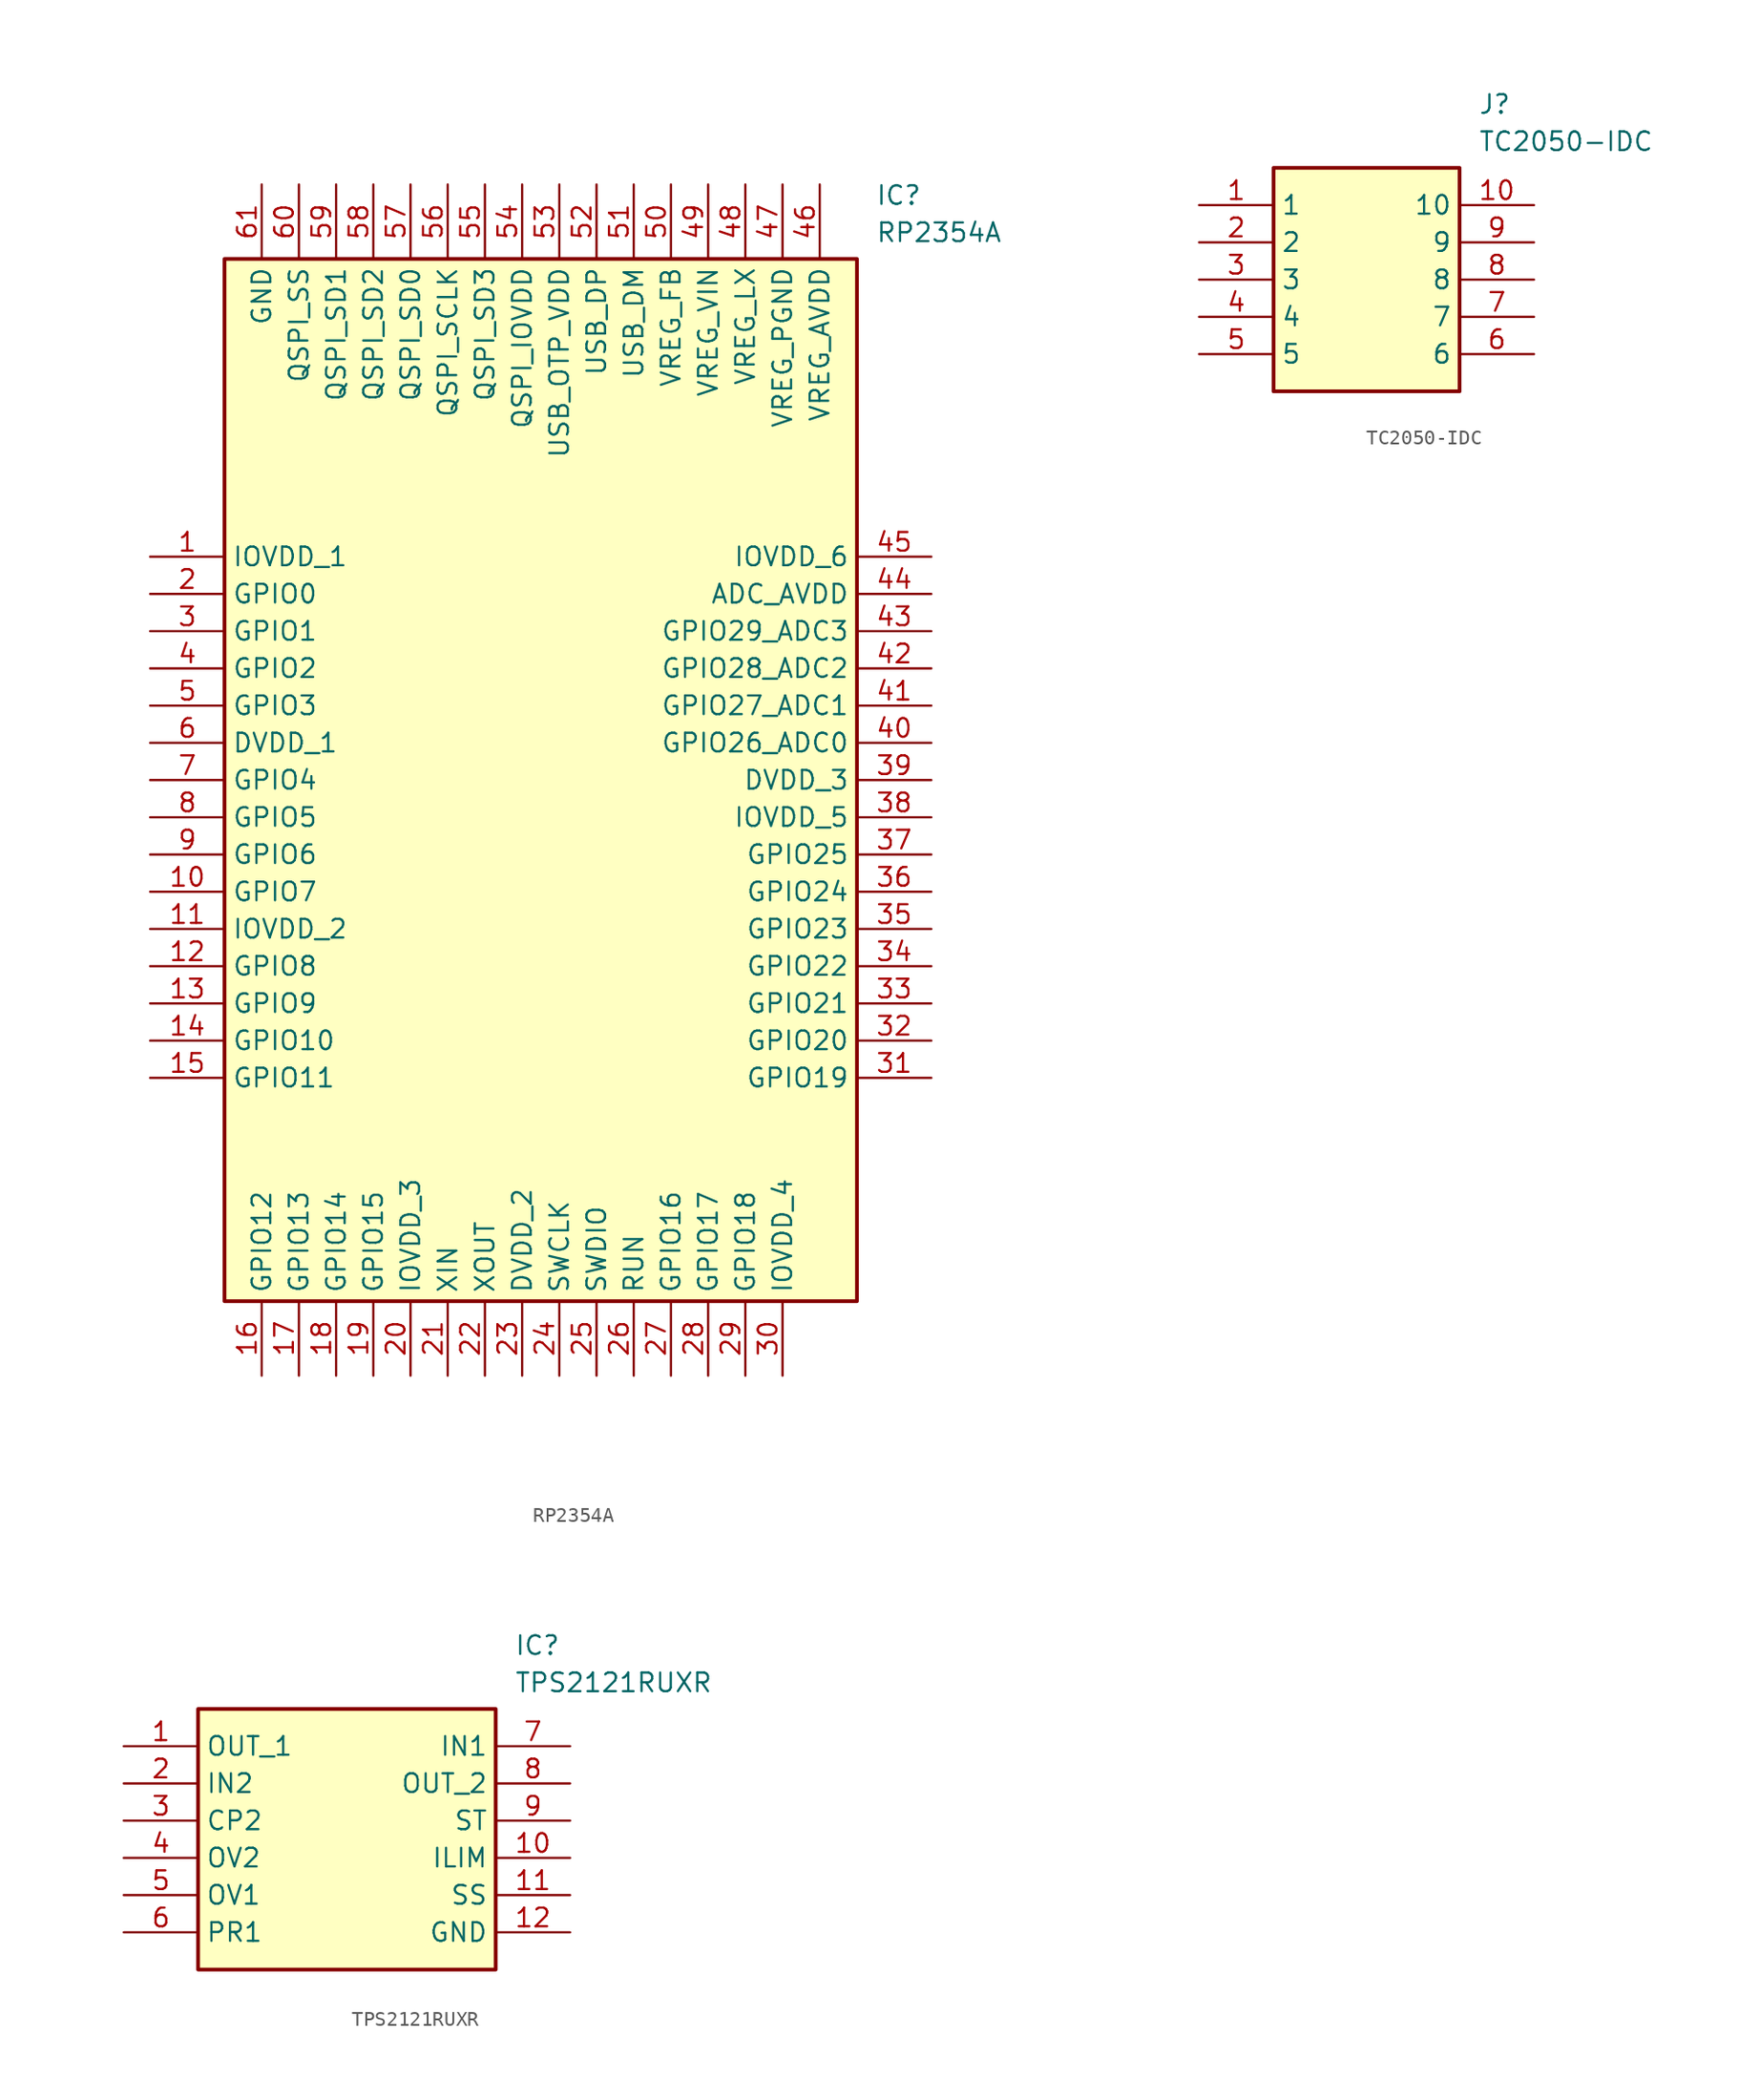
<source format=kicad_sym>
(kicad_symbol_lib
  (version 20241209)
  (generator "kicad_symbol_editor")
  (generator_version "9.0")
  (symbol "RP2354A"
    (property "Reference" "IC"
      (at 49.53 25.4 0)
      (effects (font (size 1.27 1.27)) (justify left top)))
    (property "Value" "RP2354A"
      (at 49.53 22.86 0)
      (effects (font (size 1.27 1.27)) (justify left top)))
    (symbol "RP2354A_1_1"
      (rectangle (start 5.08 20.32) (end 48.26 -50.8) (stroke (width 0.254) (type default)) (fill (type background)))
      (pin passive line (at 0 0 0) (length 5.08) (name "IOVDD_1" (effects (font (size 1.27 1.27)))) (number "1" (effects (font (size 1.27 1.27)))))
      (pin passive line (at 0 -2.54 0) (length 5.08) (name "GPIO0" (effects (font (size 1.27 1.27)))) (number "2" (effects (font (size 1.27 1.27)))))
      (pin passive line (at 0 -5.08 0) (length 5.08) (name "GPIO1" (effects (font (size 1.27 1.27)))) (number "3" (effects (font (size 1.27 1.27)))))
      (pin passive line (at 0 -7.62 0) (length 5.08) (name "GPIO2" (effects (font (size 1.27 1.27)))) (number "4" (effects (font (size 1.27 1.27)))))
      (pin passive line (at 0 -10.16 0) (length 5.08) (name "GPIO3" (effects (font (size 1.27 1.27)))) (number "5" (effects (font (size 1.27 1.27)))))
      (pin passive line (at 0 -12.7 0) (length 5.08) (name "DVDD_1" (effects (font (size 1.27 1.27)))) (number "6" (effects (font (size 1.27 1.27)))))
      (pin passive line (at 0 -15.24 0) (length 5.08) (name "GPIO4" (effects (font (size 1.27 1.27)))) (number "7" (effects (font (size 1.27 1.27)))))
      (pin passive line (at 0 -17.78 0) (length 5.08) (name "GPIO5" (effects (font (size 1.27 1.27)))) (number "8" (effects (font (size 1.27 1.27)))))
      (pin passive line (at 0 -20.32 0) (length 5.08) (name "GPIO6" (effects (font (size 1.27 1.27)))) (number "9" (effects (font (size 1.27 1.27)))))
      (pin passive line (at 0 -22.86 0) (length 5.08) (name "GPIO7" (effects (font (size 1.27 1.27)))) (number "10" (effects (font (size 1.27 1.27)))))
      (pin passive line (at 0 -25.4 0) (length 5.08) (name "IOVDD_2" (effects (font (size 1.27 1.27)))) (number "11" (effects (font (size 1.27 1.27)))))
      (pin passive line (at 0 -27.94 0) (length 5.08) (name "GPIO8" (effects (font (size 1.27 1.27)))) (number "12" (effects (font (size 1.27 1.27)))))
      (pin passive line (at 0 -30.48 0) (length 5.08) (name "GPIO9" (effects (font (size 1.27 1.27)))) (number "13" (effects (font (size 1.27 1.27)))))
      (pin passive line (at 0 -33.02 0) (length 5.08) (name "GPIO10" (effects (font (size 1.27 1.27)))) (number "14" (effects (font (size 1.27 1.27)))))
      (pin passive line (at 0 -35.56 0) (length 5.08) (name "GPIO11" (effects (font (size 1.27 1.27)))) (number "15" (effects (font (size 1.27 1.27)))))
      (pin passive line (at 7.62 25.4 270) (length 5.08) (name "GND" (effects (font (size 1.27 1.27)))) (number "61" (effects (font (size 1.27 1.27)))))
      (pin passive line (at 7.62 -55.88 90) (length 5.08) (name "GPIO12" (effects (font (size 1.27 1.27)))) (number "16" (effects (font (size 1.27 1.27)))))
      (pin passive line (at 10.16 25.4 270) (length 5.08) (name "QSPI_SS" (effects (font (size 1.27 1.27)))) (number "60" (effects (font (size 1.27 1.27)))))
      (pin passive line (at 10.16 -55.88 90) (length 5.08) (name "GPIO13" (effects (font (size 1.27 1.27)))) (number "17" (effects (font (size 1.27 1.27)))))
      (pin passive line (at 12.7 25.4 270) (length 5.08) (name "QSPI_SD1" (effects (font (size 1.27 1.27)))) (number "59" (effects (font (size 1.27 1.27)))))
      (pin passive line (at 12.7 -55.88 90) (length 5.08) (name "GPIO14" (effects (font (size 1.27 1.27)))) (number "18" (effects (font (size 1.27 1.27)))))
      (pin passive line (at 15.24 25.4 270) (length 5.08) (name "QSPI_SD2" (effects (font (size 1.27 1.27)))) (number "58" (effects (font (size 1.27 1.27)))))
      (pin passive line (at 15.24 -55.88 90) (length 5.08) (name "GPIO15" (effects (font (size 1.27 1.27)))) (number "19" (effects (font (size 1.27 1.27)))))
      (pin passive line (at 17.78 25.4 270) (length 5.08) (name "QSPI_SD0" (effects (font (size 1.27 1.27)))) (number "57" (effects (font (size 1.27 1.27)))))
      (pin passive line (at 17.78 -55.88 90) (length 5.08) (name "IOVDD_3" (effects (font (size 1.27 1.27)))) (number "20" (effects (font (size 1.27 1.27)))))
      (pin passive line (at 20.32 25.4 270) (length 5.08) (name "QSPI_SCLK" (effects (font (size 1.27 1.27)))) (number "56" (effects (font (size 1.27 1.27)))))
      (pin passive line (at 20.32 -55.88 90) (length 5.08) (name "XIN" (effects (font (size 1.27 1.27)))) (number "21" (effects (font (size 1.27 1.27)))))
      (pin passive line (at 22.86 25.4 270) (length 5.08) (name "QSPI_SD3" (effects (font (size 1.27 1.27)))) (number "55" (effects (font (size 1.27 1.27)))))
      (pin passive line (at 22.86 -55.88 90) (length 5.08) (name "XOUT" (effects (font (size 1.27 1.27)))) (number "22" (effects (font (size 1.27 1.27)))))
      (pin passive line (at 25.4 25.4 270) (length 5.08) (name "QSPI_IOVDD" (effects (font (size 1.27 1.27)))) (number "54" (effects (font (size 1.27 1.27)))))
      (pin passive line (at 25.4 -55.88 90) (length 5.08) (name "DVDD_2" (effects (font (size 1.27 1.27)))) (number "23" (effects (font (size 1.27 1.27)))))
      (pin passive line (at 27.94 25.4 270) (length 5.08) (name "USB_OTP_VDD" (effects (font (size 1.27 1.27)))) (number "53" (effects (font (size 1.27 1.27)))))
      (pin passive line (at 27.94 -55.88 90) (length 5.08) (name "SWCLK" (effects (font (size 1.27 1.27)))) (number "24" (effects (font (size 1.27 1.27)))))
      (pin passive line (at 30.48 25.4 270) (length 5.08) (name "USB_DP" (effects (font (size 1.27 1.27)))) (number "52" (effects (font (size 1.27 1.27)))))
      (pin passive line (at 30.48 -55.88 90) (length 5.08) (name "SWDIO" (effects (font (size 1.27 1.27)))) (number "25" (effects (font (size 1.27 1.27)))))
      (pin passive line (at 33.02 25.4 270) (length 5.08) (name "USB_DM" (effects (font (size 1.27 1.27)))) (number "51" (effects (font (size 1.27 1.27)))))
      (pin passive line (at 33.02 -55.88 90) (length 5.08) (name "RUN" (effects (font (size 1.27 1.27)))) (number "26" (effects (font (size 1.27 1.27)))))
      (pin passive line (at 35.56 25.4 270) (length 5.08) (name "VREG_FB" (effects (font (size 1.27 1.27)))) (number "50" (effects (font (size 1.27 1.27)))))
      (pin passive line (at 35.56 -55.88 90) (length 5.08) (name "GPIO16" (effects (font (size 1.27 1.27)))) (number "27" (effects (font (size 1.27 1.27)))))
      (pin passive line (at 38.1 25.4 270) (length 5.08) (name "VREG_VIN" (effects (font (size 1.27 1.27)))) (number "49" (effects (font (size 1.27 1.27)))))
      (pin passive line (at 38.1 -55.88 90) (length 5.08) (name "GPIO17" (effects (font (size 1.27 1.27)))) (number "28" (effects (font (size 1.27 1.27)))))
      (pin passive line (at 40.64 25.4 270) (length 5.08) (name "VREG_LX" (effects (font (size 1.27 1.27)))) (number "48" (effects (font (size 1.27 1.27)))))
      (pin passive line (at 40.64 -55.88 90) (length 5.08) (name "GPIO18" (effects (font (size 1.27 1.27)))) (number "29" (effects (font (size 1.27 1.27)))))
      (pin passive line (at 43.18 25.4 270) (length 5.08) (name "VREG_PGND" (effects (font (size 1.27 1.27)))) (number "47" (effects (font (size 1.27 1.27)))))
      (pin passive line (at 43.18 -55.88 90) (length 5.08) (name "IOVDD_4" (effects (font (size 1.27 1.27)))) (number "30" (effects (font (size 1.27 1.27)))))
      (pin passive line (at 45.72 25.4 270) (length 5.08) (name "VREG_AVDD" (effects (font (size 1.27 1.27)))) (number "46" (effects (font (size 1.27 1.27)))))
      (pin passive line (at 53.34 0 180) (length 5.08) (name "IOVDD_6" (effects (font (size 1.27 1.27)))) (number "45" (effects (font (size 1.27 1.27)))))
      (pin passive line (at 53.34 -2.54 180) (length 5.08) (name "ADC_AVDD" (effects (font (size 1.27 1.27)))) (number "44" (effects (font (size 1.27 1.27)))))
      (pin passive line (at 53.34 -5.08 180) (length 5.08) (name "GPIO29_ADC3" (effects (font (size 1.27 1.27)))) (number "43" (effects (font (size 1.27 1.27)))))
      (pin passive line (at 53.34 -7.62 180) (length 5.08) (name "GPIO28_ADC2" (effects (font (size 1.27 1.27)))) (number "42" (effects (font (size 1.27 1.27)))))
      (pin passive line (at 53.34 -10.16 180) (length 5.08) (name "GPIO27_ADC1" (effects (font (size 1.27 1.27)))) (number "41" (effects (font (size 1.27 1.27)))))
      (pin passive line (at 53.34 -12.7 180) (length 5.08) (name "GPIO26_ADC0" (effects (font (size 1.27 1.27)))) (number "40" (effects (font (size 1.27 1.27)))))
      (pin passive line (at 53.34 -15.24 180) (length 5.08) (name "DVDD_3" (effects (font (size 1.27 1.27)))) (number "39" (effects (font (size 1.27 1.27)))))
      (pin passive line (at 53.34 -17.78 180) (length 5.08) (name "IOVDD_5" (effects (font (size 1.27 1.27)))) (number "38" (effects (font (size 1.27 1.27)))))
      (pin passive line (at 53.34 -20.32 180) (length 5.08) (name "GPIO25" (effects (font (size 1.27 1.27)))) (number "37" (effects (font (size 1.27 1.27)))))
      (pin passive line (at 53.34 -22.86 180) (length 5.08) (name "GPIO24" (effects (font (size 1.27 1.27)))) (number "36" (effects (font (size 1.27 1.27)))))
      (pin passive line (at 53.34 -25.4 180) (length 5.08) (name "GPIO23" (effects (font (size 1.27 1.27)))) (number "35" (effects (font (size 1.27 1.27)))))
      (pin passive line (at 53.34 -27.94 180) (length 5.08) (name "GPIO22" (effects (font (size 1.27 1.27)))) (number "34" (effects (font (size 1.27 1.27)))))
      (pin passive line (at 53.34 -30.48 180) (length 5.08) (name "GPIO21" (effects (font (size 1.27 1.27)))) (number "33" (effects (font (size 1.27 1.27)))))
      (pin passive line (at 53.34 -33.02 180) (length 5.08) (name "GPIO20" (effects (font (size 1.27 1.27)))) (number "32" (effects (font (size 1.27 1.27)))))
      (pin passive line (at 53.34 -35.56 180) (length 5.08) (name "GPIO19" (effects (font (size 1.27 1.27)))) (number "31" (effects (font (size 1.27 1.27)))))))
  (symbol "TC2050-IDC"
    (property "Reference" "J"
      (at 19.05 7.62 0)
      (effects (font (size 1.27 1.27)) (justify left top)))
    (property "Value" "TC2050-IDC"
      (at 19.05 5.08 0)
      (effects (font (size 1.27 1.27)) (justify left top)))
    (symbol "TC2050-IDC_1_1"
      (rectangle (start 5.08 2.54) (end 17.78 -12.7) (stroke (width 0.254) (type default)) (fill (type background)))
      (pin passive line (at 0 0 0) (length 5.08) (name "1" (effects (font (size 1.27 1.27)))) (number "1" (effects (font (size 1.27 1.27)))))
      (pin passive line (at 0 -2.54 0) (length 5.08) (name "2" (effects (font (size 1.27 1.27)))) (number "2" (effects (font (size 1.27 1.27)))))
      (pin passive line (at 0 -5.08 0) (length 5.08) (name "3" (effects (font (size 1.27 1.27)))) (number "3" (effects (font (size 1.27 1.27)))))
      (pin passive line (at 0 -7.62 0) (length 5.08) (name "4" (effects (font (size 1.27 1.27)))) (number "4" (effects (font (size 1.27 1.27)))))
      (pin passive line (at 0 -10.16 0) (length 5.08) (name "5" (effects (font (size 1.27 1.27)))) (number "5" (effects (font (size 1.27 1.27)))))
      (pin passive line (at 22.86 0 180) (length 5.08) (name "10" (effects (font (size 1.27 1.27)))) (number "10" (effects (font (size 1.27 1.27)))))
      (pin passive line (at 22.86 -2.54 180) (length 5.08) (name "9" (effects (font (size 1.27 1.27)))) (number "9" (effects (font (size 1.27 1.27)))))
      (pin passive line (at 22.86 -5.08 180) (length 5.08) (name "8" (effects (font (size 1.27 1.27)))) (number "8" (effects (font (size 1.27 1.27)))))
      (pin passive line (at 22.86 -7.62 180) (length 5.08) (name "7" (effects (font (size 1.27 1.27)))) (number "7" (effects (font (size 1.27 1.27)))))
      (pin passive line (at 22.86 -10.16 180) (length 5.08) (name "6" (effects (font (size 1.27 1.27)))) (number "6" (effects (font (size 1.27 1.27)))))))
  (symbol "TPS2121RUXR"
    (property "Reference" "IC"
      (at 26.67 7.62 0)
      (effects (font (size 1.27 1.27)) (justify left top)))
    (property "Value" "TPS2121RUXR"
      (at 26.67 5.08 0)
      (effects (font (size 1.27 1.27)) (justify left top)))
    (symbol "TPS2121RUXR_1_1"
      (rectangle (start 5.08 2.54) (end 25.4 -15.24) (stroke (width 0.254) (type default)) (fill (type background)))
      (pin passive line (at 0 0 0) (length 5.08) (name "OUT_1" (effects (font (size 1.27 1.27)))) (number "1" (effects (font (size 1.27 1.27)))))
      (pin passive line (at 0 -2.54 0) (length 5.08) (name "IN2" (effects (font (size 1.27 1.27)))) (number "2" (effects (font (size 1.27 1.27)))))
      (pin passive line (at 0 -5.08 0) (length 5.08) (name "CP2" (effects (font (size 1.27 1.27)))) (number "3" (effects (font (size 1.27 1.27)))))
      (pin passive line (at 0 -7.62 0) (length 5.08) (name "OV2" (effects (font (size 1.27 1.27)))) (number "4" (effects (font (size 1.27 1.27)))))
      (pin passive line (at 0 -10.16 0) (length 5.08) (name "OV1" (effects (font (size 1.27 1.27)))) (number "5" (effects (font (size 1.27 1.27)))))
      (pin passive line (at 0 -12.7 0) (length 5.08) (name "PR1" (effects (font (size 1.27 1.27)))) (number "6" (effects (font (size 1.27 1.27)))))
      (pin passive line (at 30.48 0 180) (length 5.08) (name "IN1" (effects (font (size 1.27 1.27)))) (number "7" (effects (font (size 1.27 1.27)))))
      (pin passive line (at 30.48 -2.54 180) (length 5.08) (name "OUT_2" (effects (font (size 1.27 1.27)))) (number "8" (effects (font (size 1.27 1.27)))))
      (pin passive line (at 30.48 -5.08 180) (length 5.08) (name "ST" (effects (font (size 1.27 1.27)))) (number "9" (effects (font (size 1.27 1.27)))))
      (pin passive line (at 30.48 -7.62 180) (length 5.08) (name "ILIM" (effects (font (size 1.27 1.27)))) (number "10" (effects (font (size 1.27 1.27)))))
      (pin passive line (at 30.48 -10.16 180) (length 5.08) (name "SS" (effects (font (size 1.27 1.27)))) (number "11" (effects (font (size 1.27 1.27)))))
      (pin passive line (at 30.48 -12.7 180) (length 5.08) (name "GND" (effects (font (size 1.27 1.27)))) (number "12" (effects (font (size 1.27 1.27))))))))
</source>
